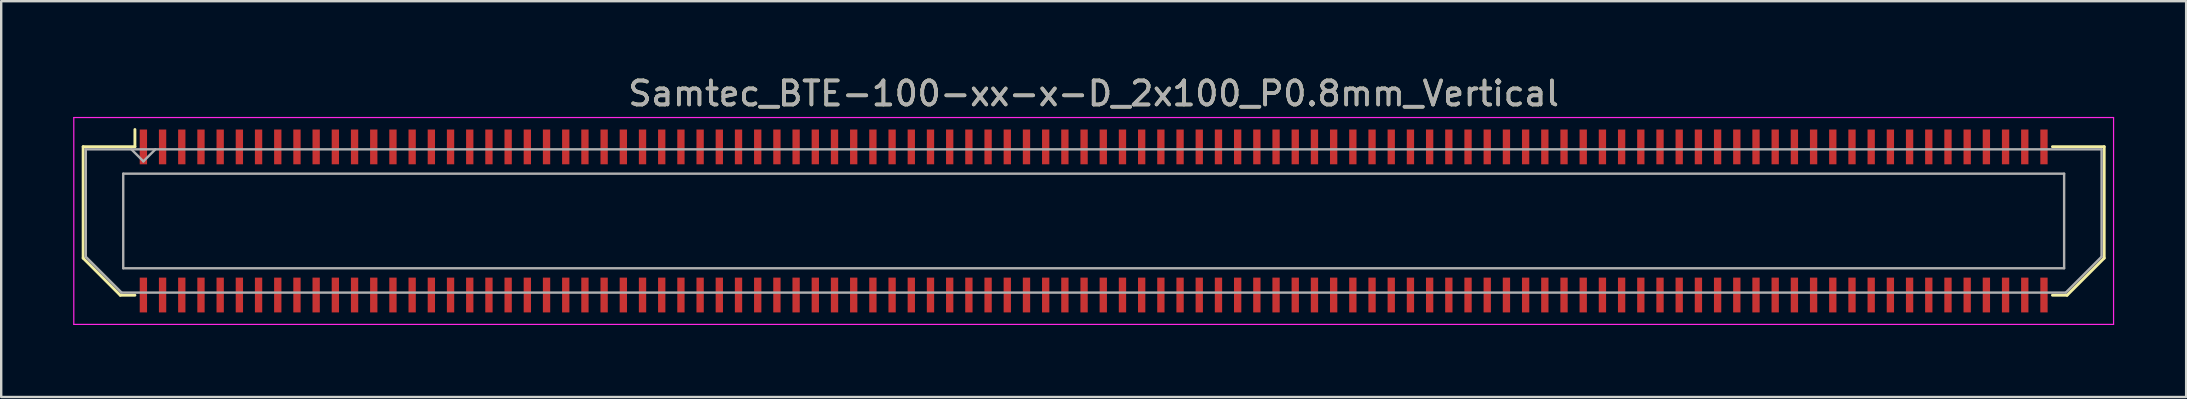
<source format=kicad_pcb>
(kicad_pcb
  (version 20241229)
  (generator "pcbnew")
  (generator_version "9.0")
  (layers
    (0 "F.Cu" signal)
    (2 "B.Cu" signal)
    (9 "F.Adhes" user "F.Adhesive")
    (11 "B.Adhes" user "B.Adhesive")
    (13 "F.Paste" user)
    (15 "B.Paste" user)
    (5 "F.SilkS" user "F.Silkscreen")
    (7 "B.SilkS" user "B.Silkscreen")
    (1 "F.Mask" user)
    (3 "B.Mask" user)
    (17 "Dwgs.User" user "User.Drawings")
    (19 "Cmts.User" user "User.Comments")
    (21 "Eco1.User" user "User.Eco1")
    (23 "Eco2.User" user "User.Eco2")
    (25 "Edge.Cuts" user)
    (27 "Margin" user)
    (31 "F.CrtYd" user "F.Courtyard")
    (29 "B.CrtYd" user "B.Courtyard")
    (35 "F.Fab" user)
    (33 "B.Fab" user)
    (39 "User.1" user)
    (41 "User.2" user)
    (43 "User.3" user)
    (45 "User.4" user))
  (footprint "Samtec_BTE-100-xx-x-D_2x100_P0.8mm_Vertical"
    (layer "F.Cu")
    (at 42.525 6.158)
    (property "Reference" "Samtec_BTE-100-xx-x-D_2x100_P0.8mm_Vertical" (at 0 -5.31 0) (layer "F.SilkS") (effects (font (size 1 1) (thickness 0.15))))
    (attr smd)
    (fp_line (start -42.11 -3.095) (end -42.11 1.548) (stroke (width 0.12) (type solid)) (layer "F.SilkS"))
    (fp_line (start -42.11 1.548) (end -40.562 3.095) (stroke (width 0.12) (type solid)) (layer "F.SilkS"))
    (fp_line (start -40.562 3.095) (end -39.953 3.095) (stroke (width 0.12) (type solid)) (layer "F.SilkS"))
    (fp_line (start -39.953 -3.811) (end -39.953 -3.095) (stroke (width 0.12) (type solid)) (layer "F.SilkS"))
    (fp_line (start -39.953 -3.095) (end -42.11 -3.095) (stroke (width 0.12) (type solid)) (layer "F.SilkS"))
    (fp_line (start 39.953 -3.095) (end 42.11 -3.095) (stroke (width 0.12) (type solid)) (layer "F.SilkS"))
    (fp_line (start 40.562 3.095) (end 39.953 3.095) (stroke (width 0.12) (type solid)) (layer "F.SilkS"))
    (fp_line (start 42.11 -3.095) (end 42.11 1.548) (stroke (width 0.12) (type solid)) (layer "F.SilkS"))
    (fp_line (start 42.11 1.548) (end 40.562 3.095) (stroke (width 0.12) (type solid)) (layer "F.SilkS"))
    (fp_line (start -42.5 -4.31) (end -42.5 4.31) (stroke (width 0.05) (type solid)) (layer "F.CrtYd"))
    (fp_line (start -42.5 4.31) (end 42.5 4.31) (stroke (width 0.05) (type solid)) (layer "F.CrtYd"))
    (fp_line (start 42.5 -4.31) (end -42.5 -4.31) (stroke (width 0.05) (type solid)) (layer "F.CrtYd"))
    (fp_line (start 42.5 4.31) (end 42.5 -4.31) (stroke (width 0.05) (type solid)) (layer "F.CrtYd"))
    (fp_line (start -42 -2.985) (end -42 1.492) (stroke (width 0.1) (type solid)) (layer "F.Fab"))
    (fp_line (start -42 -2.985) (end 42 -2.985) (stroke (width 0.1) (type solid)) (layer "F.Fab"))
    (fp_line (start -42 1.492) (end -40.508 2.985) (stroke (width 0.1) (type solid)) (layer "F.Fab"))
    (fp_line (start -40.508 2.985) (end 40.508 2.985) (stroke (width 0.1) (type solid)) (layer "F.Fab"))
    (fp_line (start -40.44 -1.97) (end -40.44 1.97) (stroke (width 0.1) (type solid)) (layer "F.Fab"))
    (fp_line (start -40.44 1.97) (end 40.44 1.97) (stroke (width 0.1) (type solid)) (layer "F.Fab"))
    (fp_line (start -39.6 -2.485) (end -40.1 -2.985) (stroke (width 0.1) (type solid)) (layer "F.Fab"))
    (fp_line (start -39.1 -2.985) (end -39.6 -2.485) (stroke (width 0.1) (type solid)) (layer "F.Fab"))
    (fp_line (start 40.44 -1.97) (end -40.44 -1.97) (stroke (width 0.1) (type solid)) (layer "F.Fab"))
    (fp_line (start 40.44 1.97) (end 40.44 -1.97) (stroke (width 0.1) (type solid)) (layer "F.Fab"))
    (fp_line (start 42 -2.985) (end 42 1.492) (stroke (width 0.1) (type solid)) (layer "F.Fab"))
    (fp_line (start 42 1.492) (end 40.508 2.985) (stroke (width 0.1) (type solid)) (layer "F.Fab"))
    (fp_text user "${REFERENCE}" (at 0 -5.31 0) (layer "F.Fab") (effects (font (size 1 1) (thickness 0.15))))
    (pad "1" smd rect (at -39.6 -3.086) (size 0.305 1.45) (layers "F.Cu" "F.Mask" "F.Paste"))
    (pad "2" smd rect (at -39.6 3.086) (size 0.305 1.45) (layers "F.Cu" "F.Mask" "F.Paste"))
    (pad "3" smd rect (at -38.8 -3.086) (size 0.305 1.45) (layers "F.Cu" "F.Mask" "F.Paste"))
    (pad "4" smd rect (at -38.8 3.086) (size 0.305 1.45) (layers "F.Cu" "F.Mask" "F.Paste"))
    (pad "5" smd rect (at -38 -3.086) (size 0.305 1.45) (layers "F.Cu" "F.Mask" "F.Paste"))
    (pad "6" smd rect (at -38 3.086) (size 0.305 1.45) (layers "F.Cu" "F.Mask" "F.Paste"))
    (pad "7" smd rect (at -37.2 -3.086) (size 0.305 1.45) (layers "F.Cu" "F.Mask" "F.Paste"))
    (pad "8" smd rect (at -37.2 3.086) (size 0.305 1.45) (layers "F.Cu" "F.Mask" "F.Paste"))
    (pad "9" smd rect (at -36.4 -3.086) (size 0.305 1.45) (layers "F.Cu" "F.Mask" "F.Paste"))
    (pad "10" smd rect (at -36.4 3.086) (size 0.305 1.45) (layers "F.Cu" "F.Mask" "F.Paste"))
    (pad "11" smd rect (at -35.6 -3.086) (size 0.305 1.45) (layers "F.Cu" "F.Mask" "F.Paste"))
    (pad "12" smd rect (at -35.6 3.086) (size 0.305 1.45) (layers "F.Cu" "F.Mask" "F.Paste"))
    (pad "13" smd rect (at -34.8 -3.086) (size 0.305 1.45) (layers "F.Cu" "F.Mask" "F.Paste"))
    (pad "14" smd rect (at -34.8 3.086) (size 0.305 1.45) (layers "F.Cu" "F.Mask" "F.Paste"))
    (pad "15" smd rect (at -34 -3.086) (size 0.305 1.45) (layers "F.Cu" "F.Mask" "F.Paste"))
    (pad "16" smd rect (at -34 3.086) (size 0.305 1.45) (layers "F.Cu" "F.Mask" "F.Paste"))
    (pad "17" smd rect (at -33.2 -3.086) (size 0.305 1.45) (layers "F.Cu" "F.Mask" "F.Paste"))
    (pad "18" smd rect (at -33.2 3.086) (size 0.305 1.45) (layers "F.Cu" "F.Mask" "F.Paste"))
    (pad "19" smd rect (at -32.4 -3.086) (size 0.305 1.45) (layers "F.Cu" "F.Mask" "F.Paste"))
    (pad "20" smd rect (at -32.4 3.086) (size 0.305 1.45) (layers "F.Cu" "F.Mask" "F.Paste"))
    (pad "21" smd rect (at -31.6 -3.086) (size 0.305 1.45) (layers "F.Cu" "F.Mask" "F.Paste"))
    (pad "22" smd rect (at -31.6 3.086) (size 0.305 1.45) (layers "F.Cu" "F.Mask" "F.Paste"))
    (pad "23" smd rect (at -30.8 -3.086) (size 0.305 1.45) (layers "F.Cu" "F.Mask" "F.Paste"))
    (pad "24" smd rect (at -30.8 3.086) (size 0.305 1.45) (layers "F.Cu" "F.Mask" "F.Paste"))
    (pad "25" smd rect (at -30 -3.086) (size 0.305 1.45) (layers "F.Cu" "F.Mask" "F.Paste"))
    (pad "26" smd rect (at -30 3.086) (size 0.305 1.45) (layers "F.Cu" "F.Mask" "F.Paste"))
    (pad "27" smd rect (at -29.2 -3.086) (size 0.305 1.45) (layers "F.Cu" "F.Mask" "F.Paste"))
    (pad "28" smd rect (at -29.2 3.086) (size 0.305 1.45) (layers "F.Cu" "F.Mask" "F.Paste"))
    (pad "29" smd rect (at -28.4 -3.086) (size 0.305 1.45) (layers "F.Cu" "F.Mask" "F.Paste"))
    (pad "30" smd rect (at -28.4 3.086) (size 0.305 1.45) (layers "F.Cu" "F.Mask" "F.Paste"))
    (pad "31" smd rect (at -27.6 -3.086) (size 0.305 1.45) (layers "F.Cu" "F.Mask" "F.Paste"))
    (pad "32" smd rect (at -27.6 3.086) (size 0.305 1.45) (layers "F.Cu" "F.Mask" "F.Paste"))
    (pad "33" smd rect (at -26.8 -3.086) (size 0.305 1.45) (layers "F.Cu" "F.Mask" "F.Paste"))
    (pad "34" smd rect (at -26.8 3.086) (size 0.305 1.45) (layers "F.Cu" "F.Mask" "F.Paste"))
    (pad "35" smd rect (at -26 -3.086) (size 0.305 1.45) (layers "F.Cu" "F.Mask" "F.Paste"))
    (pad "36" smd rect (at -26 3.086) (size 0.305 1.45) (layers "F.Cu" "F.Mask" "F.Paste"))
    (pad "37" smd rect (at -25.2 -3.086) (size 0.305 1.45) (layers "F.Cu" "F.Mask" "F.Paste"))
    (pad "38" smd rect (at -25.2 3.086) (size 0.305 1.45) (layers "F.Cu" "F.Mask" "F.Paste"))
    (pad "39" smd rect (at -24.4 -3.086) (size 0.305 1.45) (layers "F.Cu" "F.Mask" "F.Paste"))
    (pad "40" smd rect (at -24.4 3.086) (size 0.305 1.45) (layers "F.Cu" "F.Mask" "F.Paste"))
    (pad "41" smd rect (at -23.6 -3.086) (size 0.305 1.45) (layers "F.Cu" "F.Mask" "F.Paste"))
    (pad "42" smd rect (at -23.6 3.086) (size 0.305 1.45) (layers "F.Cu" "F.Mask" "F.Paste"))
    (pad "43" smd rect (at -22.8 -3.086) (size 0.305 1.45) (layers "F.Cu" "F.Mask" "F.Paste"))
    (pad "44" smd rect (at -22.8 3.086) (size 0.305 1.45) (layers "F.Cu" "F.Mask" "F.Paste"))
    (pad "45" smd rect (at -22 -3.086) (size 0.305 1.45) (layers "F.Cu" "F.Mask" "F.Paste"))
    (pad "46" smd rect (at -22 3.086) (size 0.305 1.45) (layers "F.Cu" "F.Mask" "F.Paste"))
    (pad "47" smd rect (at -21.2 -3.086) (size 0.305 1.45) (layers "F.Cu" "F.Mask" "F.Paste"))
    (pad "48" smd rect (at -21.2 3.086) (size 0.305 1.45) (layers "F.Cu" "F.Mask" "F.Paste"))
    (pad "49" smd rect (at -20.4 -3.086) (size 0.305 1.45) (layers "F.Cu" "F.Mask" "F.Paste"))
    (pad "50" smd rect (at -20.4 3.086) (size 0.305 1.45) (layers "F.Cu" "F.Mask" "F.Paste"))
    (pad "51" smd rect (at -19.6 -3.086) (size 0.305 1.45) (layers "F.Cu" "F.Mask" "F.Paste"))
    (pad "52" smd rect (at -19.6 3.086) (size 0.305 1.45) (layers "F.Cu" "F.Mask" "F.Paste"))
    (pad "53" smd rect (at -18.8 -3.086) (size 0.305 1.45) (layers "F.Cu" "F.Mask" "F.Paste"))
    (pad "54" smd rect (at -18.8 3.086) (size 0.305 1.45) (layers "F.Cu" "F.Mask" "F.Paste"))
    (pad "55" smd rect (at -18 -3.086) (size 0.305 1.45) (layers "F.Cu" "F.Mask" "F.Paste"))
    (pad "56" smd rect (at -18 3.086) (size 0.305 1.45) (layers "F.Cu" "F.Mask" "F.Paste"))
    (pad "57" smd rect (at -17.2 -3.086) (size 0.305 1.45) (layers "F.Cu" "F.Mask" "F.Paste"))
    (pad "58" smd rect (at -17.2 3.086) (size 0.305 1.45) (layers "F.Cu" "F.Mask" "F.Paste"))
    (pad "59" smd rect (at -16.4 -3.086) (size 0.305 1.45) (layers "F.Cu" "F.Mask" "F.Paste"))
    (pad "60" smd rect (at -16.4 3.086) (size 0.305 1.45) (layers "F.Cu" "F.Mask" "F.Paste"))
    (pad "61" smd rect (at -15.6 -3.086) (size 0.305 1.45) (layers "F.Cu" "F.Mask" "F.Paste"))
    (pad "62" smd rect (at -15.6 3.086) (size 0.305 1.45) (layers "F.Cu" "F.Mask" "F.Paste"))
    (pad "63" smd rect (at -14.8 -3.086) (size 0.305 1.45) (layers "F.Cu" "F.Mask" "F.Paste"))
    (pad "64" smd rect (at -14.8 3.086) (size 0.305 1.45) (layers "F.Cu" "F.Mask" "F.Paste"))
    (pad "65" smd rect (at -14 -3.086) (size 0.305 1.45) (layers "F.Cu" "F.Mask" "F.Paste"))
    (pad "66" smd rect (at -14 3.086) (size 0.305 1.45) (layers "F.Cu" "F.Mask" "F.Paste"))
    (pad "67" smd rect (at -13.2 -3.086) (size 0.305 1.45) (layers "F.Cu" "F.Mask" "F.Paste"))
    (pad "68" smd rect (at -13.2 3.086) (size 0.305 1.45) (layers "F.Cu" "F.Mask" "F.Paste"))
    (pad "69" smd rect (at -12.4 -3.086) (size 0.305 1.45) (layers "F.Cu" "F.Mask" "F.Paste"))
    (pad "70" smd rect (at -12.4 3.086) (size 0.305 1.45) (layers "F.Cu" "F.Mask" "F.Paste"))
    (pad "71" smd rect (at -11.6 -3.086) (size 0.305 1.45) (layers "F.Cu" "F.Mask" "F.Paste"))
    (pad "72" smd rect (at -11.6 3.086) (size 0.305 1.45) (layers "F.Cu" "F.Mask" "F.Paste"))
    (pad "73" smd rect (at -10.8 -3.086) (size 0.305 1.45) (layers "F.Cu" "F.Mask" "F.Paste"))
    (pad "74" smd rect (at -10.8 3.086) (size 0.305 1.45) (layers "F.Cu" "F.Mask" "F.Paste"))
    (pad "75" smd rect (at -10 -3.086) (size 0.305 1.45) (layers "F.Cu" "F.Mask" "F.Paste"))
    (pad "76" smd rect (at -10 3.086) (size 0.305 1.45) (layers "F.Cu" "F.Mask" "F.Paste"))
    (pad "77" smd rect (at -9.2 -3.086) (size 0.305 1.45) (layers "F.Cu" "F.Mask" "F.Paste"))
    (pad "78" smd rect (at -9.2 3.086) (size 0.305 1.45) (layers "F.Cu" "F.Mask" "F.Paste"))
    (pad "79" smd rect (at -8.4 -3.086) (size 0.305 1.45) (layers "F.Cu" "F.Mask" "F.Paste"))
    (pad "80" smd rect (at -8.4 3.086) (size 0.305 1.45) (layers "F.Cu" "F.Mask" "F.Paste"))
    (pad "81" smd rect (at -7.6 -3.086) (size 0.305 1.45) (layers "F.Cu" "F.Mask" "F.Paste"))
    (pad "82" smd rect (at -7.6 3.086) (size 0.305 1.45) (layers "F.Cu" "F.Mask" "F.Paste"))
    (pad "83" smd rect (at -6.8 -3.086) (size 0.305 1.45) (layers "F.Cu" "F.Mask" "F.Paste"))
    (pad "84" smd rect (at -6.8 3.086) (size 0.305 1.45) (layers "F.Cu" "F.Mask" "F.Paste"))
    (pad "85" smd rect (at -6 -3.086) (size 0.305 1.45) (layers "F.Cu" "F.Mask" "F.Paste"))
    (pad "86" smd rect (at -6 3.086) (size 0.305 1.45) (layers "F.Cu" "F.Mask" "F.Paste"))
    (pad "87" smd rect (at -5.2 -3.086) (size 0.305 1.45) (layers "F.Cu" "F.Mask" "F.Paste"))
    (pad "88" smd rect (at -5.2 3.086) (size 0.305 1.45) (layers "F.Cu" "F.Mask" "F.Paste"))
    (pad "89" smd rect (at -4.4 -3.086) (size 0.305 1.45) (layers "F.Cu" "F.Mask" "F.Paste"))
    (pad "90" smd rect (at -4.4 3.086) (size 0.305 1.45) (layers "F.Cu" "F.Mask" "F.Paste"))
    (pad "91" smd rect (at -3.6 -3.086) (size 0.305 1.45) (layers "F.Cu" "F.Mask" "F.Paste"))
    (pad "92" smd rect (at -3.6 3.086) (size 0.305 1.45) (layers "F.Cu" "F.Mask" "F.Paste"))
    (pad "93" smd rect (at -2.8 -3.086) (size 0.305 1.45) (layers "F.Cu" "F.Mask" "F.Paste"))
    (pad "94" smd rect (at -2.8 3.086) (size 0.305 1.45) (layers "F.Cu" "F.Mask" "F.Paste"))
    (pad "95" smd rect (at -2 -3.086) (size 0.305 1.45) (layers "F.Cu" "F.Mask" "F.Paste"))
    (pad "96" smd rect (at -2 3.086) (size 0.305 1.45) (layers "F.Cu" "F.Mask" "F.Paste"))
    (pad "97" smd rect (at -1.2 -3.086) (size 0.305 1.45) (layers "F.Cu" "F.Mask" "F.Paste"))
    (pad "98" smd rect (at -1.2 3.086) (size 0.305 1.45) (layers "F.Cu" "F.Mask" "F.Paste"))
    (pad "99" smd rect (at -0.4 -3.086) (size 0.305 1.45) (layers "F.Cu" "F.Mask" "F.Paste"))
    (pad "100" smd rect (at -0.4 3.086) (size 0.305 1.45) (layers "F.Cu" "F.Mask" "F.Paste"))
    (pad "101" smd rect (at 0.4 -3.086) (size 0.305 1.45) (layers "F.Cu" "F.Mask" "F.Paste"))
    (pad "102" smd rect (at 0.4 3.086) (size 0.305 1.45) (layers "F.Cu" "F.Mask" "F.Paste"))
    (pad "103" smd rect (at 1.2 -3.086) (size 0.305 1.45) (layers "F.Cu" "F.Mask" "F.Paste"))
    (pad "104" smd rect (at 1.2 3.086) (size 0.305 1.45) (layers "F.Cu" "F.Mask" "F.Paste"))
    (pad "105" smd rect (at 2 -3.086) (size 0.305 1.45) (layers "F.Cu" "F.Mask" "F.Paste"))
    (pad "106" smd rect (at 2 3.086) (size 0.305 1.45) (layers "F.Cu" "F.Mask" "F.Paste"))
    (pad "107" smd rect (at 2.8 -3.086) (size 0.305 1.45) (layers "F.Cu" "F.Mask" "F.Paste"))
    (pad "108" smd rect (at 2.8 3.086) (size 0.305 1.45) (layers "F.Cu" "F.Mask" "F.Paste"))
    (pad "109" smd rect (at 3.6 -3.086) (size 0.305 1.45) (layers "F.Cu" "F.Mask" "F.Paste"))
    (pad "110" smd rect (at 3.6 3.086) (size 0.305 1.45) (layers "F.Cu" "F.Mask" "F.Paste"))
    (pad "111" smd rect (at 4.4 -3.086) (size 0.305 1.45) (layers "F.Cu" "F.Mask" "F.Paste"))
    (pad "112" smd rect (at 4.4 3.086) (size 0.305 1.45) (layers "F.Cu" "F.Mask" "F.Paste"))
    (pad "113" smd rect (at 5.2 -3.086) (size 0.305 1.45) (layers "F.Cu" "F.Mask" "F.Paste"))
    (pad "114" smd rect (at 5.2 3.086) (size 0.305 1.45) (layers "F.Cu" "F.Mask" "F.Paste"))
    (pad "115" smd rect (at 6 -3.086) (size 0.305 1.45) (layers "F.Cu" "F.Mask" "F.Paste"))
    (pad "116" smd rect (at 6 3.086) (size 0.305 1.45) (layers "F.Cu" "F.Mask" "F.Paste"))
    (pad "117" smd rect (at 6.8 -3.086) (size 0.305 1.45) (layers "F.Cu" "F.Mask" "F.Paste"))
    (pad "118" smd rect (at 6.8 3.086) (size 0.305 1.45) (layers "F.Cu" "F.Mask" "F.Paste"))
    (pad "119" smd rect (at 7.6 -3.086) (size 0.305 1.45) (layers "F.Cu" "F.Mask" "F.Paste"))
    (pad "120" smd rect (at 7.6 3.086) (size 0.305 1.45) (layers "F.Cu" "F.Mask" "F.Paste"))
    (pad "121" smd rect (at 8.4 -3.086) (size 0.305 1.45) (layers "F.Cu" "F.Mask" "F.Paste"))
    (pad "122" smd rect (at 8.4 3.086) (size 0.305 1.45) (layers "F.Cu" "F.Mask" "F.Paste"))
    (pad "123" smd rect (at 9.2 -3.086) (size 0.305 1.45) (layers "F.Cu" "F.Mask" "F.Paste"))
    (pad "124" smd rect (at 9.2 3.086) (size 0.305 1.45) (layers "F.Cu" "F.Mask" "F.Paste"))
    (pad "125" smd rect (at 10 -3.086) (size 0.305 1.45) (layers "F.Cu" "F.Mask" "F.Paste"))
    (pad "126" smd rect (at 10 3.086) (size 0.305 1.45) (layers "F.Cu" "F.Mask" "F.Paste"))
    (pad "127" smd rect (at 10.8 -3.086) (size 0.305 1.45) (layers "F.Cu" "F.Mask" "F.Paste"))
    (pad "128" smd rect (at 10.8 3.086) (size 0.305 1.45) (layers "F.Cu" "F.Mask" "F.Paste"))
    (pad "129" smd rect (at 11.6 -3.086) (size 0.305 1.45) (layers "F.Cu" "F.Mask" "F.Paste"))
    (pad "130" smd rect (at 11.6 3.086) (size 0.305 1.45) (layers "F.Cu" "F.Mask" "F.Paste"))
    (pad "131" smd rect (at 12.4 -3.086) (size 0.305 1.45) (layers "F.Cu" "F.Mask" "F.Paste"))
    (pad "132" smd rect (at 12.4 3.086) (size 0.305 1.45) (layers "F.Cu" "F.Mask" "F.Paste"))
    (pad "133" smd rect (at 13.2 -3.086) (size 0.305 1.45) (layers "F.Cu" "F.Mask" "F.Paste"))
    (pad "134" smd rect (at 13.2 3.086) (size 0.305 1.45) (layers "F.Cu" "F.Mask" "F.Paste"))
    (pad "135" smd rect (at 14 -3.086) (size 0.305 1.45) (layers "F.Cu" "F.Mask" "F.Paste"))
    (pad "136" smd rect (at 14 3.086) (size 0.305 1.45) (layers "F.Cu" "F.Mask" "F.Paste"))
    (pad "137" smd rect (at 14.8 -3.086) (size 0.305 1.45) (layers "F.Cu" "F.Mask" "F.Paste"))
    (pad "138" smd rect (at 14.8 3.086) (size 0.305 1.45) (layers "F.Cu" "F.Mask" "F.Paste"))
    (pad "139" smd rect (at 15.6 -3.086) (size 0.305 1.45) (layers "F.Cu" "F.Mask" "F.Paste"))
    (pad "140" smd rect (at 15.6 3.086) (size 0.305 1.45) (layers "F.Cu" "F.Mask" "F.Paste"))
    (pad "141" smd rect (at 16.4 -3.086) (size 0.305 1.45) (layers "F.Cu" "F.Mask" "F.Paste"))
    (pad "142" smd rect (at 16.4 3.086) (size 0.305 1.45) (layers "F.Cu" "F.Mask" "F.Paste"))
    (pad "143" smd rect (at 17.2 -3.086) (size 0.305 1.45) (layers "F.Cu" "F.Mask" "F.Paste"))
    (pad "144" smd rect (at 17.2 3.086) (size 0.305 1.45) (layers "F.Cu" "F.Mask" "F.Paste"))
    (pad "145" smd rect (at 18 -3.086) (size 0.305 1.45) (layers "F.Cu" "F.Mask" "F.Paste"))
    (pad "146" smd rect (at 18 3.086) (size 0.305 1.45) (layers "F.Cu" "F.Mask" "F.Paste"))
    (pad "147" smd rect (at 18.8 -3.086) (size 0.305 1.45) (layers "F.Cu" "F.Mask" "F.Paste"))
    (pad "148" smd rect (at 18.8 3.086) (size 0.305 1.45) (layers "F.Cu" "F.Mask" "F.Paste"))
    (pad "149" smd rect (at 19.6 -3.086) (size 0.305 1.45) (layers "F.Cu" "F.Mask" "F.Paste"))
    (pad "150" smd rect (at 19.6 3.086) (size 0.305 1.45) (layers "F.Cu" "F.Mask" "F.Paste"))
    (pad "151" smd rect (at 20.4 -3.086) (size 0.305 1.45) (layers "F.Cu" "F.Mask" "F.Paste"))
    (pad "152" smd rect (at 20.4 3.086) (size 0.305 1.45) (layers "F.Cu" "F.Mask" "F.Paste"))
    (pad "153" smd rect (at 21.2 -3.086) (size 0.305 1.45) (layers "F.Cu" "F.Mask" "F.Paste"))
    (pad "154" smd rect (at 21.2 3.086) (size 0.305 1.45) (layers "F.Cu" "F.Mask" "F.Paste"))
    (pad "155" smd rect (at 22 -3.086) (size 0.305 1.45) (layers "F.Cu" "F.Mask" "F.Paste"))
    (pad "156" smd rect (at 22 3.086) (size 0.305 1.45) (layers "F.Cu" "F.Mask" "F.Paste"))
    (pad "157" smd rect (at 22.8 -3.086) (size 0.305 1.45) (layers "F.Cu" "F.Mask" "F.Paste"))
    (pad "158" smd rect (at 22.8 3.086) (size 0.305 1.45) (layers "F.Cu" "F.Mask" "F.Paste"))
    (pad "159" smd rect (at 23.6 -3.086) (size 0.305 1.45) (layers "F.Cu" "F.Mask" "F.Paste"))
    (pad "160" smd rect (at 23.6 3.086) (size 0.305 1.45) (layers "F.Cu" "F.Mask" "F.Paste"))
    (pad "161" smd rect (at 24.4 -3.086) (size 0.305 1.45) (layers "F.Cu" "F.Mask" "F.Paste"))
    (pad "162" smd rect (at 24.4 3.086) (size 0.305 1.45) (layers "F.Cu" "F.Mask" "F.Paste"))
    (pad "163" smd rect (at 25.2 -3.086) (size 0.305 1.45) (layers "F.Cu" "F.Mask" "F.Paste"))
    (pad "164" smd rect (at 25.2 3.086) (size 0.305 1.45) (layers "F.Cu" "F.Mask" "F.Paste"))
    (pad "165" smd rect (at 26 -3.086) (size 0.305 1.45) (layers "F.Cu" "F.Mask" "F.Paste"))
    (pad "166" smd rect (at 26 3.086) (size 0.305 1.45) (layers "F.Cu" "F.Mask" "F.Paste"))
    (pad "167" smd rect (at 26.8 -3.086) (size 0.305 1.45) (layers "F.Cu" "F.Mask" "F.Paste"))
    (pad "168" smd rect (at 26.8 3.086) (size 0.305 1.45) (layers "F.Cu" "F.Mask" "F.Paste"))
    (pad "169" smd rect (at 27.6 -3.086) (size 0.305 1.45) (layers "F.Cu" "F.Mask" "F.Paste"))
    (pad "170" smd rect (at 27.6 3.086) (size 0.305 1.45) (layers "F.Cu" "F.Mask" "F.Paste"))
    (pad "171" smd rect (at 28.4 -3.086) (size 0.305 1.45) (layers "F.Cu" "F.Mask" "F.Paste"))
    (pad "172" smd rect (at 28.4 3.086) (size 0.305 1.45) (layers "F.Cu" "F.Mask" "F.Paste"))
    (pad "173" smd rect (at 29.2 -3.086) (size 0.305 1.45) (layers "F.Cu" "F.Mask" "F.Paste"))
    (pad "174" smd rect (at 29.2 3.086) (size 0.305 1.45) (layers "F.Cu" "F.Mask" "F.Paste"))
    (pad "175" smd rect (at 30 -3.086) (size 0.305 1.45) (layers "F.Cu" "F.Mask" "F.Paste"))
    (pad "176" smd rect (at 30 3.086) (size 0.305 1.45) (layers "F.Cu" "F.Mask" "F.Paste"))
    (pad "177" smd rect (at 30.8 -3.086) (size 0.305 1.45) (layers "F.Cu" "F.Mask" "F.Paste"))
    (pad "178" smd rect (at 30.8 3.086) (size 0.305 1.45) (layers "F.Cu" "F.Mask" "F.Paste"))
    (pad "179" smd rect (at 31.6 -3.086) (size 0.305 1.45) (layers "F.Cu" "F.Mask" "F.Paste"))
    (pad "180" smd rect (at 31.6 3.086) (size 0.305 1.45) (layers "F.Cu" "F.Mask" "F.Paste"))
    (pad "181" smd rect (at 32.4 -3.086) (size 0.305 1.45) (layers "F.Cu" "F.Mask" "F.Paste"))
    (pad "182" smd rect (at 32.4 3.086) (size 0.305 1.45) (layers "F.Cu" "F.Mask" "F.Paste"))
    (pad "183" smd rect (at 33.2 -3.086) (size 0.305 1.45) (layers "F.Cu" "F.Mask" "F.Paste"))
    (pad "184" smd rect (at 33.2 3.086) (size 0.305 1.45) (layers "F.Cu" "F.Mask" "F.Paste"))
    (pad "185" smd rect (at 34 -3.086) (size 0.305 1.45) (layers "F.Cu" "F.Mask" "F.Paste"))
    (pad "186" smd rect (at 34 3.086) (size 0.305 1.45) (layers "F.Cu" "F.Mask" "F.Paste"))
    (pad "187" smd rect (at 34.8 -3.086) (size 0.305 1.45) (layers "F.Cu" "F.Mask" "F.Paste"))
    (pad "188" smd rect (at 34.8 3.086) (size 0.305 1.45) (layers "F.Cu" "F.Mask" "F.Paste"))
    (pad "189" smd rect (at 35.6 -3.086) (size 0.305 1.45) (layers "F.Cu" "F.Mask" "F.Paste"))
    (pad "190" smd rect (at 35.6 3.086) (size 0.305 1.45) (layers "F.Cu" "F.Mask" "F.Paste"))
    (pad "191" smd rect (at 36.4 -3.086) (size 0.305 1.45) (layers "F.Cu" "F.Mask" "F.Paste"))
    (pad "192" smd rect (at 36.4 3.086) (size 0.305 1.45) (layers "F.Cu" "F.Mask" "F.Paste"))
    (pad "193" smd rect (at 37.2 -3.086) (size 0.305 1.45) (layers "F.Cu" "F.Mask" "F.Paste"))
    (pad "194" smd rect (at 37.2 3.086) (size 0.305 1.45) (layers "F.Cu" "F.Mask" "F.Paste"))
    (pad "195" smd rect (at 38 -3.086) (size 0.305 1.45) (layers "F.Cu" "F.Mask" "F.Paste"))
    (pad "196" smd rect (at 38 3.086) (size 0.305 1.45) (layers "F.Cu" "F.Mask" "F.Paste"))
    (pad "197" smd rect (at 38.8 -3.086) (size 0.305 1.45) (layers "F.Cu" "F.Mask" "F.Paste"))
    (pad "198" smd rect (at 38.8 3.086) (size 0.305 1.45) (layers "F.Cu" "F.Mask" "F.Paste"))
    (pad "199" smd rect (at 39.6 -3.086) (size 0.305 1.45) (layers "F.Cu" "F.Mask" "F.Paste"))
    (pad "200" smd rect (at 39.6 3.086) (size 0.305 1.45) (layers "F.Cu" "F.Mask" "F.Paste")))
  (gr_rect
    (start -3 -3)
    (end 88.05 13.493)
    (stroke (width 0.1) (type default))
    (fill no)
    (layer "Edge.Cuts")))
</source>
